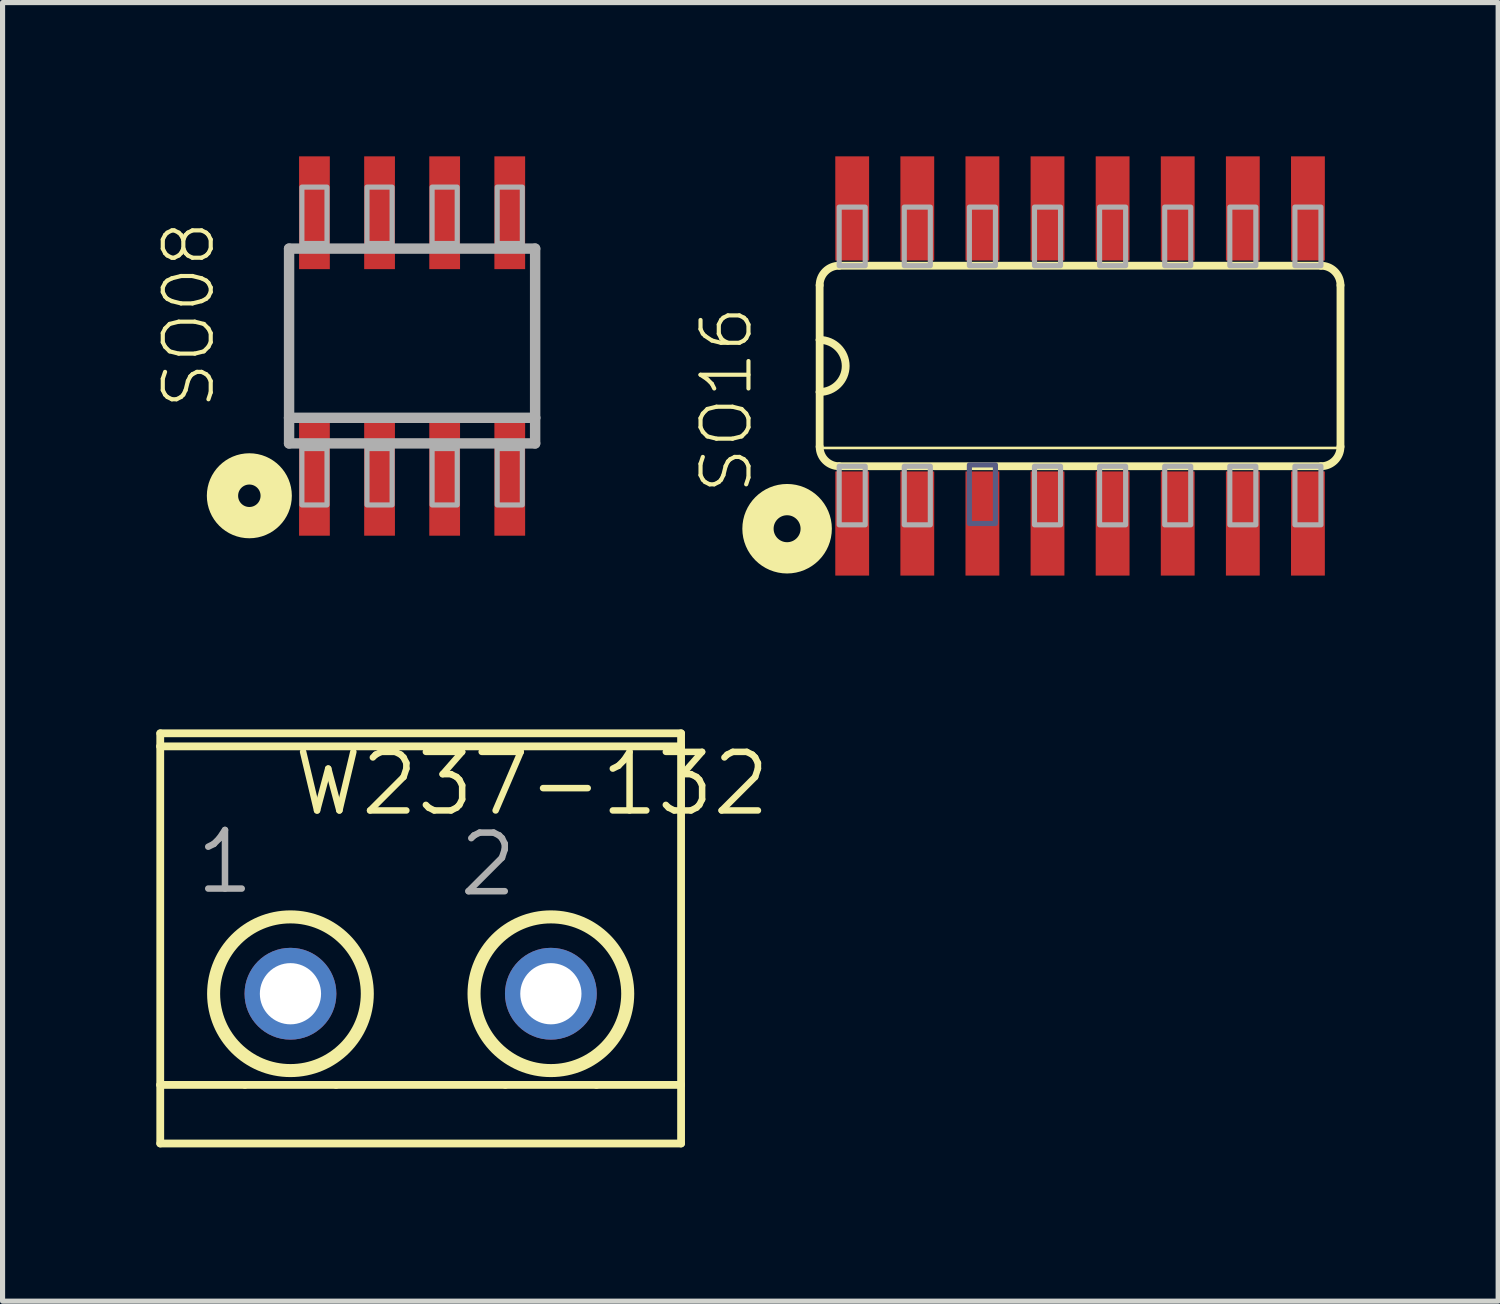
<source format=kicad_pcb>
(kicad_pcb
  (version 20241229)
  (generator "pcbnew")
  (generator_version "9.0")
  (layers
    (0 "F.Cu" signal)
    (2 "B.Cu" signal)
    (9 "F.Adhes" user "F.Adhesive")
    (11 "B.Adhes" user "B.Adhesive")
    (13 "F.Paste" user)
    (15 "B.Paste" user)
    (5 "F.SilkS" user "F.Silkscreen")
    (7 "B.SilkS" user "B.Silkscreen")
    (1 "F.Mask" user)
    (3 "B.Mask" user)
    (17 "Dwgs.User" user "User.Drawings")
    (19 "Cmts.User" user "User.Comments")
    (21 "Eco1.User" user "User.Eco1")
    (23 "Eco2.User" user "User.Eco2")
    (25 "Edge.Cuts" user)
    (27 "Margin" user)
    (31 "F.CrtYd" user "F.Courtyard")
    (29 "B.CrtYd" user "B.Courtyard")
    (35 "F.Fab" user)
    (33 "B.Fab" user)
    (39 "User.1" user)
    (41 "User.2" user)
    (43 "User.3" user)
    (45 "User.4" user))
  (footprint "SO16"
    (layer "F.Cu")
    (at 18.019 4.089)
    (property "Reference" "SO16" (at -6.35 2.54 90) (layer "F.SilkS") (effects (font (size 0.935 0.935) (thickness 0.081)) (justify left bottom)))
    (fp_line (start -5.08 -1.575) (end -5.08 -0.508) (stroke (width 0.152) (type solid)) (layer "F.SilkS"))
    (fp_line (start -5.08 -0.508) (end -5.08 0.508) (stroke (width 0.152) (type solid)) (layer "F.SilkS"))
    (fp_line (start -5.08 0.508) (end -5.08 1.575) (stroke (width 0.152) (type solid)) (layer "F.SilkS"))
    (fp_line (start -5.08 1.6) (end 5.08 1.6) (stroke (width 0.051) (type solid)) (layer "F.SilkS"))
    (fp_line (start -4.699 1.956) (end 4.699 1.956) (stroke (width 0.152) (type solid)) (layer "F.SilkS"))
    (fp_line (start 4.699 -1.956) (end -4.699 -1.956) (stroke (width 0.152) (type solid)) (layer "F.SilkS"))
    (fp_line (start 5.08 1.575) (end 5.08 -1.575) (stroke (width 0.152) (type solid)) (layer "F.SilkS"))
    (fp_arc (start -5.08 -1.5748) (mid -4.968408 -1.844208) (end -4.699 -1.9558) (stroke (width 0.1524) (type solid)) (layer "F.SilkS"))
    (fp_arc (start -5.08 -0.508) (mid -4.572 0) (end -5.08 0.508) (stroke (width 0.1524) (type solid)) (layer "F.SilkS"))
    (fp_arc (start -4.699 1.9558) (mid -4.968408 1.844208) (end -5.08 1.5748) (stroke (width 0.1524) (type solid)) (layer "F.SilkS"))
    (fp_arc (start 4.699 -1.9558) (mid 4.968408 -1.844208) (end 5.08 -1.5748) (stroke (width 0.1524) (type solid)) (layer "F.SilkS"))
    (fp_arc (start 5.08 1.5748) (mid 4.968408 1.844208) (end 4.699 1.9558) (stroke (width 0.1524) (type solid)) (layer "F.SilkS"))
    (fp_circle (center -5.715 3.175) (end -5.147 3.175) (stroke (width 0.61) (type solid)) (fill no) (layer "F.SilkS"))
    (fp_poly (pts (xy -1.651 1.93) (xy -2.159 1.93) (xy -2.159 3.073) (xy -1.651 3.073)) (stroke (width 0.1) (type solid)) (fill no) (layer "B.Fab"))
    (fp_poly (pts (xy -4.699 -1.956) (xy -4.191 -1.956) (xy -4.191 -3.099) (xy -4.699 -3.099)) (stroke (width 0.1) (type solid)) (fill no) (layer "F.Fab"))
    (fp_poly (pts (xy -4.699 3.099) (xy -4.191 3.099) (xy -4.191 1.956) (xy -4.699 1.956)) (stroke (width 0.1) (type solid)) (fill no) (layer "F.Fab"))
    (fp_poly (pts (xy -3.429 -1.956) (xy -2.921 -1.956) (xy -2.921 -3.099) (xy -3.429 -3.099)) (stroke (width 0.1) (type solid)) (fill no) (layer "F.Fab"))
    (fp_poly (pts (xy -3.429 3.099) (xy -2.921 3.099) (xy -2.921 1.956) (xy -3.429 1.956)) (stroke (width 0.1) (type solid)) (fill no) (layer "F.Fab"))
    (fp_poly (pts (xy -2.159 -1.956) (xy -1.651 -1.956) (xy -1.651 -3.099) (xy -2.159 -3.099)) (stroke (width 0.1) (type solid)) (fill no) (layer "F.Fab"))
    (fp_poly (pts (xy -0.889 -1.956) (xy -0.381 -1.956) (xy -0.381 -3.099) (xy -0.889 -3.099)) (stroke (width 0.1) (type solid)) (fill no) (layer "F.Fab"))
    (fp_poly (pts (xy -0.889 3.099) (xy -0.381 3.099) (xy -0.381 1.956) (xy -0.889 1.956)) (stroke (width 0.1) (type solid)) (fill no) (layer "F.Fab"))
    (fp_poly (pts (xy 0.381 -1.956) (xy 0.889 -1.956) (xy 0.889 -3.099) (xy 0.381 -3.099)) (stroke (width 0.1) (type solid)) (fill no) (layer "F.Fab"))
    (fp_poly (pts (xy 0.381 3.099) (xy 0.889 3.099) (xy 0.889 1.956) (xy 0.381 1.956)) (stroke (width 0.1) (type solid)) (fill no) (layer "F.Fab"))
    (fp_poly (pts (xy 1.651 -1.956) (xy 2.159 -1.956) (xy 2.159 -3.099) (xy 1.651 -3.099)) (stroke (width 0.1) (type solid)) (fill no) (layer "F.Fab"))
    (fp_poly (pts (xy 1.651 3.099) (xy 2.159 3.099) (xy 2.159 1.956) (xy 1.651 1.956)) (stroke (width 0.1) (type solid)) (fill no) (layer "F.Fab"))
    (fp_poly (pts (xy 2.921 -1.956) (xy 3.429 -1.956) (xy 3.429 -3.099) (xy 2.921 -3.099)) (stroke (width 0.1) (type solid)) (fill no) (layer "F.Fab"))
    (fp_poly (pts (xy 2.921 3.099) (xy 3.429 3.099) (xy 3.429 1.956) (xy 2.921 1.956)) (stroke (width 0.1) (type solid)) (fill no) (layer "F.Fab"))
    (fp_poly (pts (xy 4.191 -1.956) (xy 4.699 -1.956) (xy 4.699 -3.099) (xy 4.191 -3.099)) (stroke (width 0.1) (type solid)) (fill no) (layer "F.Fab"))
    (fp_poly (pts (xy 4.191 3.099) (xy 4.699 3.099) (xy 4.699 1.956) (xy 4.191 1.956)) (stroke (width 0.1) (type solid)) (fill no) (layer "F.Fab"))
    (pad "1" smd rect (at -4.445 3.073) (size 0.66 2.032) (layers "F.Cu" "F.Mask" "F.Paste"))
    (pad "2" smd rect (at -3.175 3.073) (size 0.66 2.032) (layers "F.Cu" "F.Mask" "F.Paste"))
    (pad "3" smd rect (at -1.905 3.073) (size 0.66 2.032) (layers "F.Cu" "F.Mask" "F.Paste"))
    (pad "4" smd rect (at -0.635 3.073) (size 0.66 2.032) (layers "F.Cu" "F.Mask" "F.Paste"))
    (pad "5" smd rect (at 0.635 3.073) (size 0.66 2.032) (layers "F.Cu" "F.Mask" "F.Paste"))
    (pad "6" smd rect (at 1.905 3.073) (size 0.66 2.032) (layers "F.Cu" "F.Mask" "F.Paste"))
    (pad "7" smd rect (at 3.175 3.073) (size 0.66 2.032) (layers "F.Cu" "F.Mask" "F.Paste"))
    (pad "8" smd rect (at 4.445 3.073) (size 0.66 2.032) (layers "F.Cu" "F.Mask" "F.Paste"))
    (pad "9" smd rect (at 4.445 -3.073) (size 0.66 2.032) (layers "F.Cu" "F.Mask" "F.Paste"))
    (pad "10" smd rect (at 3.175 -3.073) (size 0.66 2.032) (layers "F.Cu" "F.Mask" "F.Paste"))
    (pad "11" smd rect (at 1.905 -3.073) (size 0.66 2.032) (layers "F.Cu" "F.Mask" "F.Paste"))
    (pad "12" smd rect (at 0.635 -3.073) (size 0.66 2.032) (layers "F.Cu" "F.Mask" "F.Paste"))
    (pad "13" smd rect (at -0.635 -3.073) (size 0.66 2.032) (layers "F.Cu" "F.Mask" "F.Paste"))
    (pad "14" smd rect (at -1.905 -3.073) (size 0.66 2.032) (layers "F.Cu" "F.Mask" "F.Paste"))
    (pad "15" smd rect (at -3.175 -3.073) (size 0.66 2.032) (layers "F.Cu" "F.Mask" "F.Paste"))
    (pad "16" smd rect (at -4.445 -3.073) (size 0.66 2.032) (layers "F.Cu" "F.Mask" "F.Paste")))
  (footprint "W237-132"
    (layer "F.Cu")
    (at 5.156 15.7)
    (property "Reference" "W237-132" (at -2.54 -2.794 0) (layer "F.SilkS") (effects (font (size 1.143 1.143) (thickness 0.127)) (justify left bottom)))
    (fp_line (start -5.08 -4.445) (end 5.08 -4.445) (stroke (width 0.152) (type solid)) (layer "F.SilkS"))
    (fp_line (start -5.08 -4.191) (end -5.08 -4.445) (stroke (width 0.152) (type solid)) (layer "F.SilkS"))
    (fp_line (start -5.08 -4.191) (end -5.08 2.413) (stroke (width 0.152) (type solid)) (layer "F.SilkS"))
    (fp_line (start -5.08 -4.191) (end 5.08 -4.191) (stroke (width 0.152) (type solid)) (layer "F.SilkS"))
    (fp_line (start -5.08 2.413) (end -5.08 3.556) (stroke (width 0.152) (type solid)) (layer "F.SilkS"))
    (fp_line (start -5.08 2.413) (end -3.429 2.413) (stroke (width 0.152) (type solid)) (layer "F.SilkS"))
    (fp_line (start -3.429 2.413) (end -1.651 2.413) (stroke (width 0.152) (type solid)) (layer "F.SilkS"))
    (fp_line (start -1.651 2.413) (end 1.651 2.413) (stroke (width 0.152) (type solid)) (layer "F.SilkS"))
    (fp_line (start 1.651 2.413) (end 3.429 2.413) (stroke (width 0.152) (type solid)) (layer "F.SilkS"))
    (fp_line (start 3.429 2.413) (end 5.08 2.413) (stroke (width 0.152) (type solid)) (layer "F.SilkS"))
    (fp_line (start 5.08 -4.191) (end 5.08 -4.445) (stroke (width 0.152) (type solid)) (layer "F.SilkS"))
    (fp_line (start 5.08 2.413) (end 5.08 -4.191) (stroke (width 0.152) (type solid)) (layer "F.SilkS"))
    (fp_line (start 5.08 3.556) (end -5.08 3.556) (stroke (width 0.152) (type solid)) (layer "F.SilkS"))
    (fp_line (start 5.08 3.556) (end 5.08 2.413) (stroke (width 0.152) (type solid)) (layer "F.SilkS"))
    (fp_circle (center -2.54 0.635) (end -1.041 0.635) (stroke (width 0.254) (type solid)) (fill no) (layer "F.SilkS"))
    (fp_circle (center 2.54 0.635) (end 4.039 0.635) (stroke (width 0.254) (type solid)) (fill no) (layer "F.SilkS"))
    (fp_text user "1" (at -4.445 -1.27 0) (layer "F.Fab") (effects (font (size 1.143 1.143) (thickness 0.127)) (justify left bottom)))
    (fp_text user "2" (at 0.686 -1.219 0) (layer "F.Fab") (effects (font (size 1.143 1.143) (thickness 0.127)) (justify left bottom)))
    (pad "1" thru_hole circle (at -2.54 0.635 90) (size 1.791 1.791) (drill 1.194) (layers "*.Cu" "*.Mask"))
    (pad "2" thru_hole circle (at 2.54 0.635 90) (size 1.791 1.791) (drill 1.194) (layers "*.Cu" "*.Mask")))
  (footprint "SO08"
    (layer "F.Cu")
    (at 4.989 3.7)
    (property "Reference" "SO08" (at -3.81 1.27 90) (layer "F.SilkS") (effects (font (size 0.935 0.935) (thickness 0.081)) (justify left bottom)))
    (fp_circle (center -3.175 2.921) (end -2.651 2.921) (stroke (width 0.61) (type solid)) (fill no) (layer "F.SilkS"))
    (fp_line (start -2.4 -1.9) (end 2.4 -1.9) (stroke (width 0.203) (type solid)) (layer "F.Fab"))
    (fp_line (start -2.4 1.4) (end -2.4 -1.9) (stroke (width 0.203) (type solid)) (layer "F.Fab"))
    (fp_line (start -2.4 1.9) (end -2.4 1.4) (stroke (width 0.203) (type solid)) (layer "F.Fab"))
    (fp_line (start 2.4 -1.9) (end 2.4 1.4) (stroke (width 0.203) (type solid)) (layer "F.Fab"))
    (fp_line (start 2.4 1.4) (end -2.4 1.4) (stroke (width 0.203) (type solid)) (layer "F.Fab"))
    (fp_line (start 2.4 1.4) (end 2.4 1.9) (stroke (width 0.203) (type solid)) (layer "F.Fab"))
    (fp_line (start 2.4 1.9) (end -2.4 1.9) (stroke (width 0.203) (type solid)) (layer "F.Fab"))
    (fp_poly (pts (xy -2.15 -2) (xy -1.66 -2) (xy -1.66 -3.1) (xy -2.15 -3.1)) (stroke (width 0.1) (type solid)) (fill no) (layer "F.Fab"))
    (fp_poly (pts (xy -2.15 3.1) (xy -1.66 3.1) (xy -1.66 2) (xy -2.15 2)) (stroke (width 0.1) (type solid)) (fill no) (layer "F.Fab"))
    (fp_poly (pts (xy -0.88 -2) (xy -0.39 -2) (xy -0.39 -3.1) (xy -0.88 -3.1)) (stroke (width 0.1) (type solid)) (fill no) (layer "F.Fab"))
    (fp_poly (pts (xy -0.88 3.1) (xy -0.39 3.1) (xy -0.39 2) (xy -0.88 2)) (stroke (width 0.1) (type solid)) (fill no) (layer "F.Fab"))
    (fp_poly (pts (xy 0.39 -2) (xy 0.88 -2) (xy 0.88 -3.1) (xy 0.39 -3.1)) (stroke (width 0.1) (type solid)) (fill no) (layer "F.Fab"))
    (fp_poly (pts (xy 0.39 3.1) (xy 0.88 3.1) (xy 0.88 2) (xy 0.39 2)) (stroke (width 0.1) (type solid)) (fill no) (layer "F.Fab"))
    (fp_poly (pts (xy 1.66 -2) (xy 2.15 -2) (xy 2.15 -3.1) (xy 1.66 -3.1)) (stroke (width 0.1) (type solid)) (fill no) (layer "F.Fab"))
    (fp_poly (pts (xy 1.66 3.1) (xy 2.15 3.1) (xy 2.15 2) (xy 1.66 2)) (stroke (width 0.1) (type solid)) (fill no) (layer "F.Fab"))
    (pad "1" smd rect (at -1.905 2.6) (size 0.6 2.2) (layers "F.Cu" "F.Mask" "F.Paste"))
    (pad "2" smd rect (at -0.635 2.6) (size 0.6 2.2) (layers "F.Cu" "F.Mask" "F.Paste"))
    (pad "3" smd rect (at 0.635 2.6) (size 0.6 2.2) (layers "F.Cu" "F.Mask" "F.Paste"))
    (pad "4" smd rect (at 1.905 2.6) (size 0.6 2.2) (layers "F.Cu" "F.Mask" "F.Paste"))
    (pad "5" smd rect (at 1.905 -2.6) (size 0.6 2.2) (layers "F.Cu" "F.Mask" "F.Paste"))
    (pad "6" smd rect (at 0.635 -2.6) (size 0.6 2.2) (layers "F.Cu" "F.Mask" "F.Paste"))
    (pad "7" smd rect (at -0.635 -2.6) (size 0.6 2.2) (layers "F.Cu" "F.Mask" "F.Paste"))
    (pad "8" smd rect (at -1.905 -2.6) (size 0.6 2.2) (layers "F.Cu" "F.Mask" "F.Paste")))
  (gr_rect
    (start -3 -3)
    (end 26.175 22.332)
    (stroke (width 0.1) (type default))
    (fill no)
    (layer "Edge.Cuts")))
</source>
